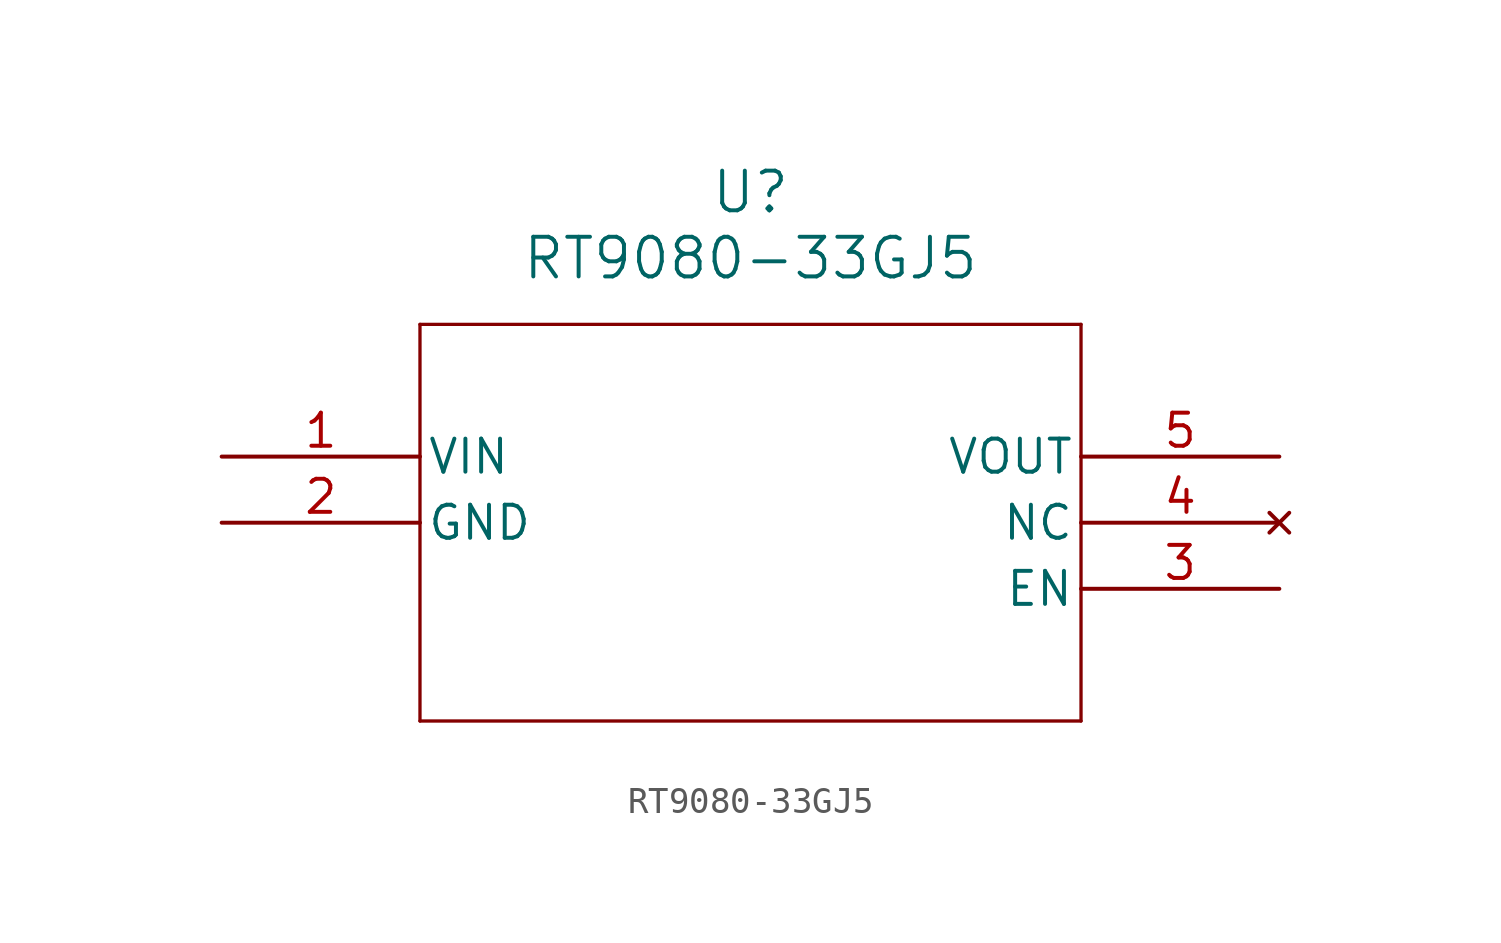
<source format=kicad_sym>
(kicad_symbol_lib
  (version 20211014)
  (generator kicad_symbol_editor)
  (symbol "RT9080-33GJ5"
    (pin_names
      (offset 0.254))
    (property "Reference" "U"
      (at 20.32 10.16 0)
      (effects (font (size 1.524 1.524))))
    (property "Value" "RT9080-33GJ5"
      (at 20.32 7.62 0)
      (effects (font (size 1.524 1.524))))
    (symbol "RT9080-33GJ5_0_1"
      (polyline (pts (xy 7.62 5.08) (xy 7.62 -10.16)) (stroke (width 0.127) (type default) (color 0 0 0 0)) (fill (type none)))
      (polyline (pts (xy 7.62 -10.16) (xy 33.02 -10.16)) (stroke (width 0.127) (type default) (color 0 0 0 0)) (fill (type none)))
      (polyline (pts (xy 33.02 -10.16) (xy 33.02 5.08)) (stroke (width 0.127) (type default) (color 0 0 0 0)) (fill (type none)))
      (polyline (pts (xy 33.02 5.08) (xy 7.62 5.08)) (stroke (width 0.127) (type default) (color 0 0 0 0)) (fill (type none)))
      (pin power_in line (at 0 0 0) (length 7.62) (name "VIN" (effects (font (size 1.27 1.27)))) (number "1" (effects (font (size 1.27 1.27)))))
      (pin power_out line (at 0 -2.54 0) (length 7.62) (name "GND" (effects (font (size 1.27 1.27)))) (number "2" (effects (font (size 1.27 1.27)))))
      (pin input line (at 40.64 -5.08 180) (length 7.62) (name "EN" (effects (font (size 1.27 1.27)))) (number "3" (effects (font (size 1.27 1.27)))))
      (pin no_connect line (at 40.64 -2.54 180) (length 7.62) (name "NC" (effects (font (size 1.27 1.27)))) (number "4" (effects (font (size 1.27 1.27)))))
      (pin output line (at 40.64 0 180) (length 7.62) (name "VOUT" (effects (font (size 1.27 1.27)))) (number "5" (effects (font (size 1.27 1.27))))))))
</source>
